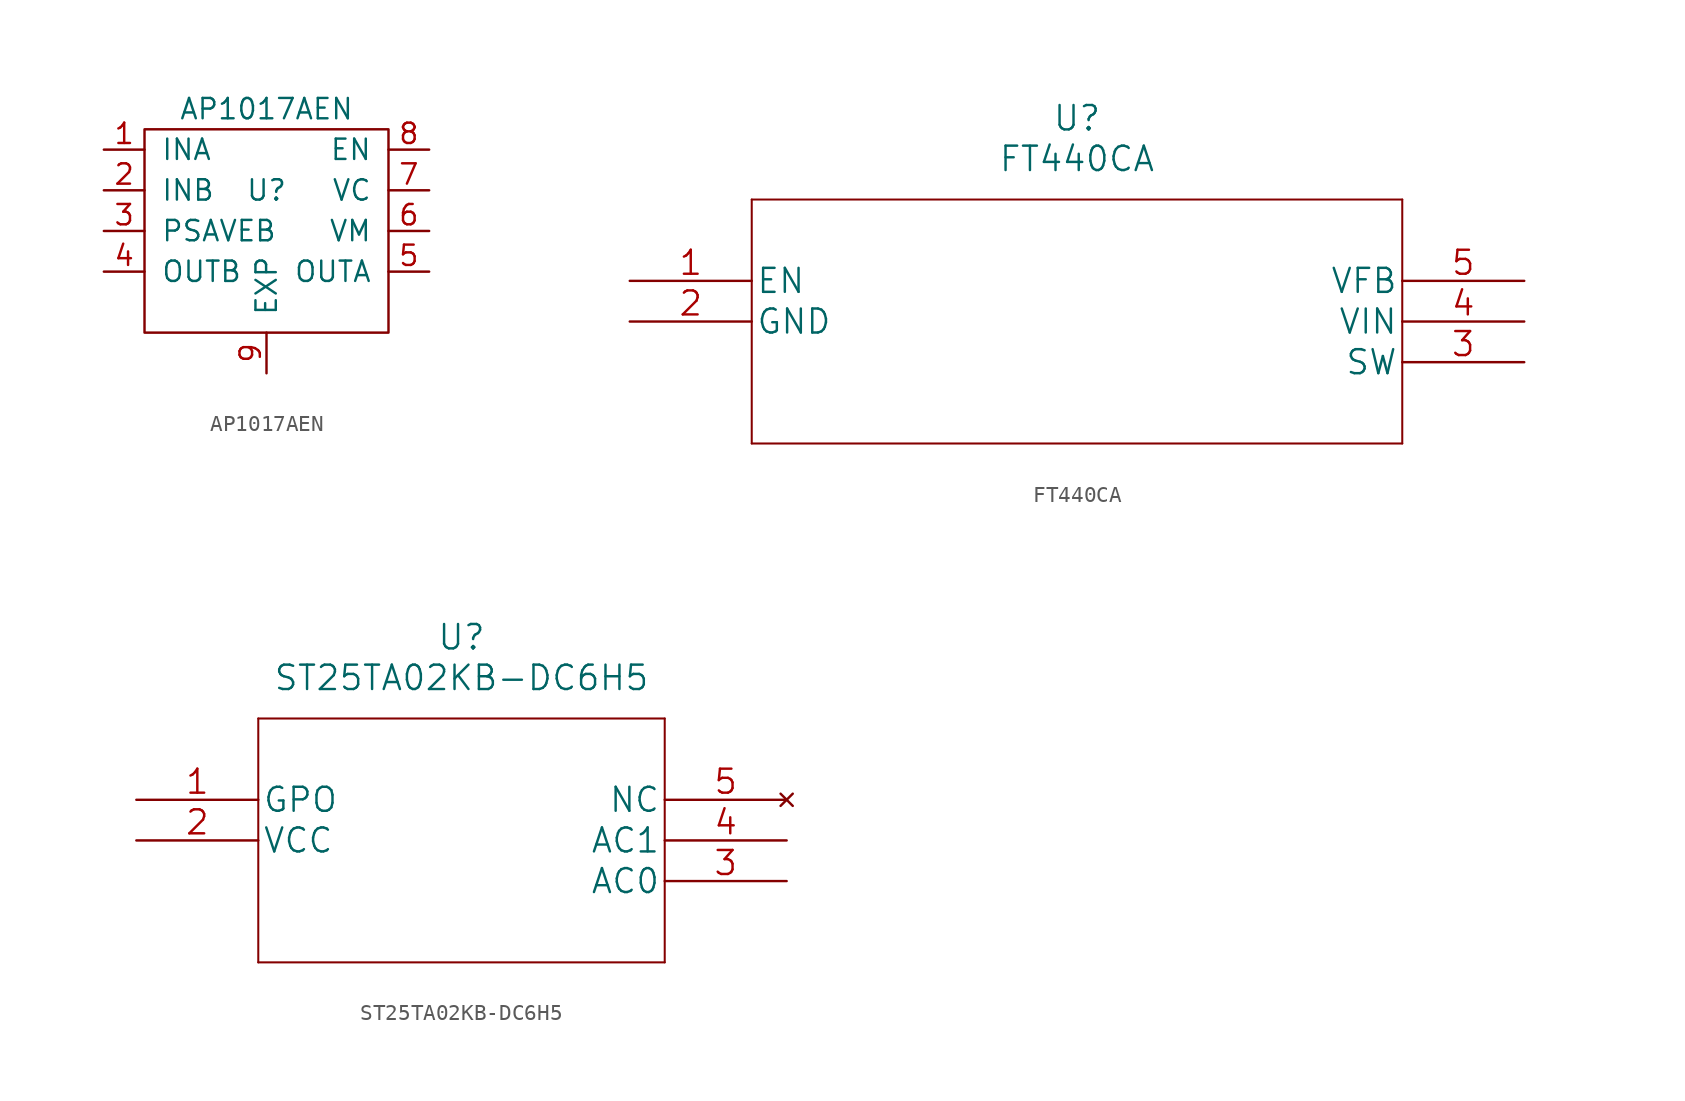
<source format=kicad_sym>
(kicad_symbol_lib
  (version 20201005)
  (generator kicad_symbol_editor)
  (symbol "AP1017AEN"
    (pin_names
      (offset 1.016))
    (property "Reference" "U"
      (at 0 1.27 0)
      (effects (font (size 1.27 1.27))))
    (property "Value" "AP1017AEN"
      (at 0 6.35 0)
      (effects (font (size 1.27 1.27))))
    (symbol "AP1017AEN_0_1"
      (rectangle (start -7.62 5.08) (end 7.62 -7.62) (stroke (width 0)) (fill (type none))))
    (symbol "AP1017AEN_1_1"
      (pin input line (at -10.16 3.81 0) (length 2.54) (name "INA" (effects (font (size 1.27 1.27)))) (number "1" (effects (font (size 1.27 1.27)))))
      (pin input line (at -10.16 1.27 0) (length 2.54) (name "INB" (effects (font (size 1.27 1.27)))) (number "2" (effects (font (size 1.27 1.27)))))
      (pin input line (at -10.16 -1.27 0) (length 2.54) (name "PSAVEB" (effects (font (size 1.27 1.27)))) (number "3" (effects (font (size 1.27 1.27)))))
      (pin output line (at -10.16 -3.81 0) (length 2.54) (name "OUTB" (effects (font (size 1.27 1.27)))) (number "4" (effects (font (size 1.27 1.27)))))
      (pin output line (at 10.16 -3.81 180) (length 2.54) (name "OUTA" (effects (font (size 1.27 1.27)))) (number "5" (effects (font (size 1.27 1.27)))))
      (pin power_in line (at 10.16 -1.27 180) (length 2.54) (name "VM" (effects (font (size 1.27 1.27)))) (number "6" (effects (font (size 1.27 1.27)))))
      (pin power_in line (at 10.16 1.27 180) (length 2.54) (name "VC" (effects (font (size 1.27 1.27)))) (number "7" (effects (font (size 1.27 1.27)))))
      (pin input line (at 10.16 3.81 180) (length 2.54) (name "EN" (effects (font (size 1.27 1.27)))) (number "8" (effects (font (size 1.27 1.27)))))
      (pin power_in line (at 0 -10.16 90) (length 2.54) (name "EXP" (effects (font (size 1.27 1.27)))) (number "9" (effects (font (size 1.27 1.27)))))))
  (symbol "FT440CA"
    (pin_names
      (offset 0.254))
    (property "Reference" "U"
      (at 27.94 10.16 0)
      (effects (font (size 1.524 1.524))))
    (property "Value" "FT440CA"
      (at 27.94 7.62 0)
      (effects (font (size 1.524 1.524))))
    (property "Datasheet" ""
      (at 0 0 0)
      (effects (font (size 1.524 1.524))))
    (symbol "FT440CA_1_0"
      (polyline (pts (xy 7.62 -10.16) (xy 48.26 -10.16)) (stroke (width 0.127)) (fill (type none)))
      (polyline (pts (xy 7.62 5.08) (xy 7.62 -10.16)) (stroke (width 0.127)) (fill (type none)))
      (polyline (pts (xy 48.26 -10.16) (xy 48.26 5.08)) (stroke (width 0.127)) (fill (type none)))
      (polyline (pts (xy 48.26 5.08) (xy 7.62 5.08)) (stroke (width 0.127)) (fill (type none)))
      (pin input line (at 0 0 0) (length 7.62) (name "EN" (effects (font (size 1.499 1.499)))) (number "1" (effects (font (size 1.499 1.499)))))
      (pin power_in line (at 0 -2.54 0) (length 7.62) (name "GND" (effects (font (size 1.499 1.499)))) (number "2" (effects (font (size 1.499 1.499)))))
      (pin power_out line (at 55.88 -5.08 180) (length 7.62) (name "SW" (effects (font (size 1.499 1.499)))) (number "3" (effects (font (size 1.499 1.499)))))
      (pin input line (at 55.88 -2.54 180) (length 7.62) (name "VIN" (effects (font (size 1.499 1.499)))) (number "4" (effects (font (size 1.499 1.499)))))
      (pin input line (at 55.88 0 180) (length 7.62) (name "VFB" (effects (font (size 1.499 1.499)))) (number "5" (effects (font (size 1.499 1.499)))))))
  (symbol "ST25TA02KB-DC6H5"
    (pin_names
      (offset 0.254))
    (property "Reference" "U"
      (at 20.32 10.16 0)
      (effects (font (size 1.524 1.524))))
    (property "Value" "ST25TA02KB-DC6H5"
      (at 20.32 7.62 0)
      (effects (font (size 1.524 1.524))))
    (property "Datasheet" ""
      (at 0 0 0)
      (effects (font (size 1.524 1.524))))
    (property "ki_locked" ""
      (at 0 0 0)
      (effects (font (size 1.27 1.27))))
    (symbol "ST25TA02KB-DC6H5_1_1"
      (polyline (pts (xy 7.62 5.08) (xy 7.62 -10.16)) (stroke (width 0.127)) (fill (type none)))
      (polyline (pts (xy 7.62 -10.16) (xy 33.02 -10.16)) (stroke (width 0.127)) (fill (type none)))
      (polyline (pts (xy 33.02 -10.16) (xy 33.02 5.08)) (stroke (width 0.127)) (fill (type none)))
      (polyline (pts (xy 33.02 5.08) (xy 7.62 5.08)) (stroke (width 0.127)) (fill (type none)))
      (pin output line (at 0 0 0) (length 7.62) (name "GPO" (effects (font (size 1.499 1.499)))) (number "1" (effects (font (size 1.499 1.499)))))
      (pin power_in line (at 0 -2.54 0) (length 7.62) (name "VCC" (effects (font (size 1.499 1.499)))) (number "2" (effects (font (size 1.499 1.499)))))
      (pin bidirectional line (at 40.64 -5.08 180) (length 7.62) (name "AC0" (effects (font (size 1.499 1.499)))) (number "3" (effects (font (size 1.499 1.499)))))
      (pin bidirectional line (at 40.64 -2.54 180) (length 7.62) (name "AC1" (effects (font (size 1.499 1.499)))) (number "4" (effects (font (size 1.499 1.499)))))
      (pin unconnected line (at 40.64 0 180) (length 7.62) (name "NC" (effects (font (size 1.499 1.499)))) (number "5" (effects (font (size 1.499 1.499))))))))
</source>
